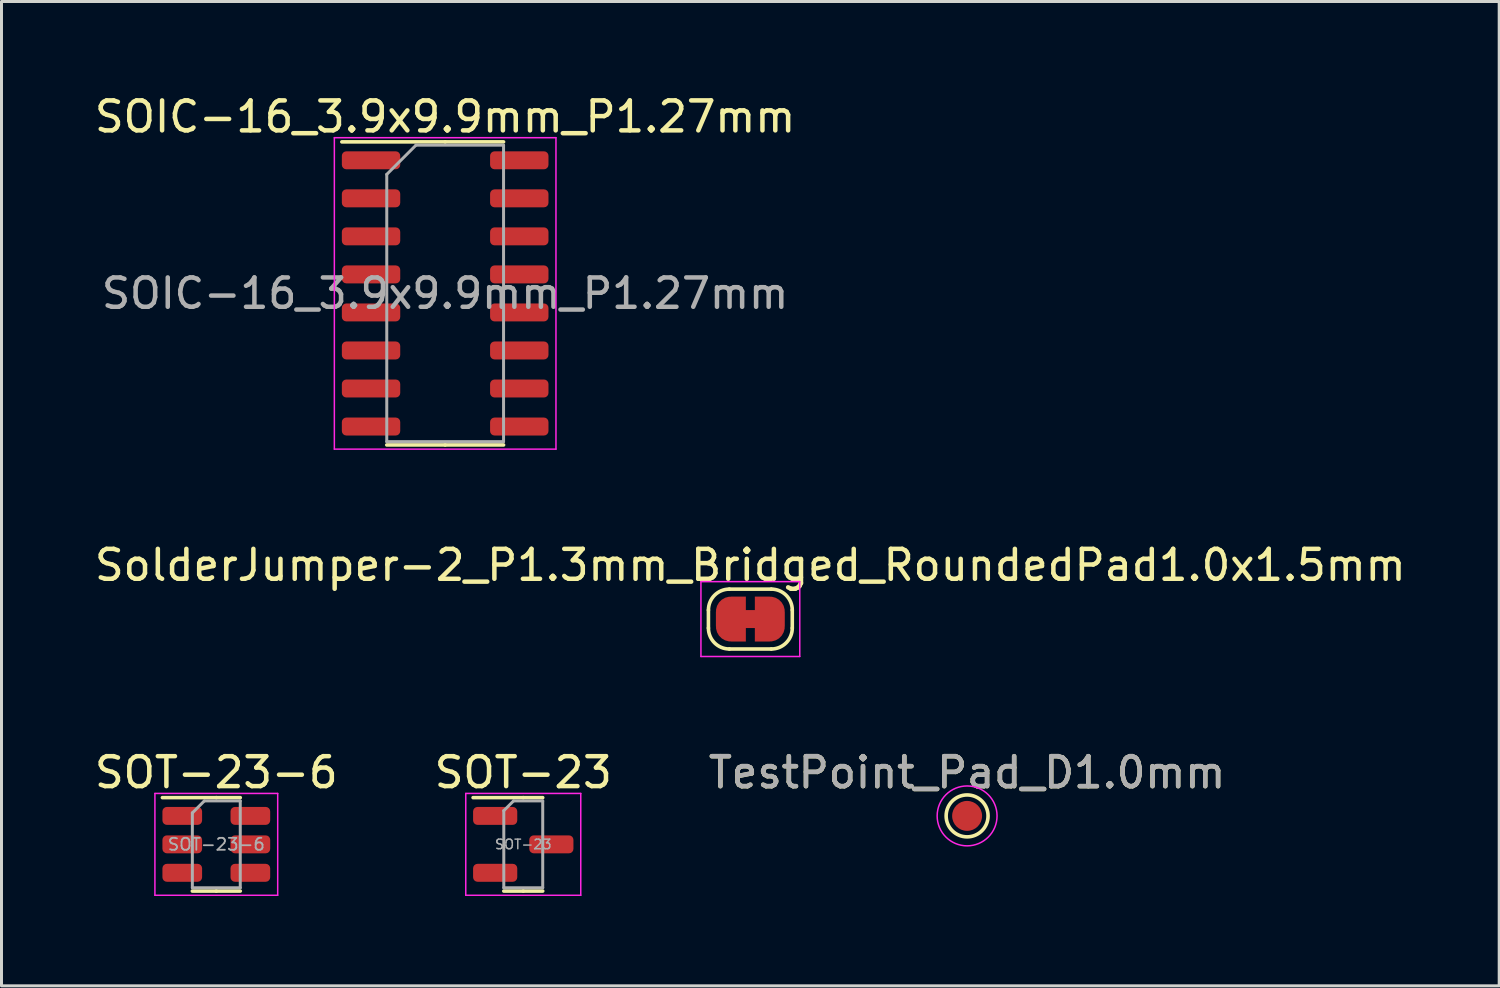
<source format=kicad_pcb>
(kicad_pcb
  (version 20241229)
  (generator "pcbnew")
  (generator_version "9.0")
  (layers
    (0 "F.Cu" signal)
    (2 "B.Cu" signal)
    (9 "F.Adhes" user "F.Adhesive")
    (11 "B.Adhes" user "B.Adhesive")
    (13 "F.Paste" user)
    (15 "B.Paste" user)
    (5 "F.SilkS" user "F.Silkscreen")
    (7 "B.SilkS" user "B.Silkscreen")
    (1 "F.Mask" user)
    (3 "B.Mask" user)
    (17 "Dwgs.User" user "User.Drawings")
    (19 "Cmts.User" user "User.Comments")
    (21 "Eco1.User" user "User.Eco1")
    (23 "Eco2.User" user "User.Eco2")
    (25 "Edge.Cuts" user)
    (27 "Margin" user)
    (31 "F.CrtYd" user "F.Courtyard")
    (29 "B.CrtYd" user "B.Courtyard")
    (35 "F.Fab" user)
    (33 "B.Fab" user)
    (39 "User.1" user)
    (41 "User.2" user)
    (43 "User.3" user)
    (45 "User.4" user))
  (footprint "SolderJumper-2_P1.3mm_Bridged_RoundedPad1.0x1.5mm"
    (layer "F.Cu")
    (at 22.006 17.622)
    (property "Reference" "SolderJumper-2_P1.3mm_Bridged_RoundedPad1.0x1.5mm" (at 0 -1.8 0) (layer "F.SilkS") (effects (font (size 1 1) (thickness 0.15))))
    (attr exclude_from_pos_files)
    (fp_poly (pts (xy 0.25 -0.3) (xy -0.25 -0.3) (xy -0.25 0.3) (xy 0.25 0.3)) (stroke (width 0) (type solid)) (fill yes) (layer "F.Cu"))
    (fp_line (start -1.4 0.3) (end -1.4 -0.3) (stroke (width 0.12) (type solid)) (layer "F.SilkS"))
    (fp_line (start -0.7 -1) (end 0.7 -1) (stroke (width 0.12) (type solid)) (layer "F.SilkS"))
    (fp_line (start 0.7 1) (end -0.7 1) (stroke (width 0.12) (type solid)) (layer "F.SilkS"))
    (fp_line (start 1.4 -0.3) (end 1.4 0.3) (stroke (width 0.12) (type solid)) (layer "F.SilkS"))
    (fp_arc (start -1.4 -0.3) (mid -1.194975 -0.794975) (end -0.7 -1) (stroke (width 0.12) (type solid)) (layer "F.SilkS"))
    (fp_arc (start -0.7 1) (mid -1.194975 0.794975) (end -1.4 0.3) (stroke (width 0.12) (type solid)) (layer "F.SilkS"))
    (fp_arc (start 0.7 -1) (mid 1.194975 -0.794975) (end 1.4 -0.3) (stroke (width 0.12) (type solid)) (layer "F.SilkS"))
    (fp_arc (start 1.4 0.3) (mid 1.194975 0.794975) (end 0.7 1) (stroke (width 0.12) (type solid)) (layer "F.SilkS"))
    (fp_line (start -1.65 -1.25) (end -1.65 1.25) (stroke (width 0.05) (type solid)) (layer "F.CrtYd"))
    (fp_line (start -1.65 -1.25) (end 1.65 -1.25) (stroke (width 0.05) (type solid)) (layer "F.CrtYd"))
    (fp_line (start 1.65 1.25) (end -1.65 1.25) (stroke (width 0.05) (type solid)) (layer "F.CrtYd"))
    (fp_line (start 1.65 1.25) (end 1.65 -1.25) (stroke (width 0.05) (type solid)) (layer "F.CrtYd"))
    (pad "1" smd custom (at -0.65 0) (size 1 0.5) (layers "F.Cu" "F.Mask") (options (anchor rect)) (primitives (gr_circle (center 0 0.25) (end 0.5 0.25) (width 0) (fill yes)) (gr_circle (center 0 -0.25) (end 0.5 -0.25) (width 0) (fill yes)) (gr_poly (pts (xy 0.5 0.75) (xy 0 0.75) (xy 0 -0.75) (xy 0.5 -0.75)) (width 0) (fill yes))))
    (pad "2" smd custom (at 0.65 0) (size 1 0.5) (layers "F.Cu" "F.Mask") (options (anchor rect)) (primitives (gr_circle (center 0 0.25) (end 0.5 0.25) (width 0) (fill yes)) (gr_circle (center 0 -0.25) (end 0.5 -0.25) (width 0) (fill yes)) (gr_poly (pts (xy 0 0.75) (xy -0.5 0.75) (xy -0.5 -0.75) (xy 0 -0.75)) (width 0) (fill yes)))))
  (footprint "SOT-23"
    (layer "F.Cu")
    (at 14.423 25.145)
    (property "Reference" "SOT-23" (at 0 -2.4 0) (layer "F.SilkS") (effects (font (size 1 1) (thickness 0.15))))
    (attr smd)
    (fp_line (start 0 -1.56) (end -1.675 -1.56) (stroke (width 0.12) (type solid)) (layer "F.SilkS"))
    (fp_line (start 0 -1.56) (end 0.65 -1.56) (stroke (width 0.12) (type solid)) (layer "F.SilkS"))
    (fp_line (start 0 1.56) (end -0.65 1.56) (stroke (width 0.12) (type solid)) (layer "F.SilkS"))
    (fp_line (start 0 1.56) (end 0.65 1.56) (stroke (width 0.12) (type solid)) (layer "F.SilkS"))
    (fp_line (start -1.92 -1.7) (end -1.92 1.7) (stroke (width 0.05) (type solid)) (layer "F.CrtYd"))
    (fp_line (start -1.92 1.7) (end 1.92 1.7) (stroke (width 0.05) (type solid)) (layer "F.CrtYd"))
    (fp_line (start 1.92 -1.7) (end -1.92 -1.7) (stroke (width 0.05) (type solid)) (layer "F.CrtYd"))
    (fp_line (start 1.92 1.7) (end 1.92 -1.7) (stroke (width 0.05) (type solid)) (layer "F.CrtYd"))
    (fp_line (start -0.65 -1.125) (end -0.325 -1.45) (stroke (width 0.1) (type solid)) (layer "F.Fab"))
    (fp_line (start -0.65 1.45) (end -0.65 -1.125) (stroke (width 0.1) (type solid)) (layer "F.Fab"))
    (fp_line (start -0.325 -1.45) (end 0.65 -1.45) (stroke (width 0.1) (type solid)) (layer "F.Fab"))
    (fp_line (start 0.65 -1.45) (end 0.65 1.45) (stroke (width 0.1) (type solid)) (layer "F.Fab"))
    (fp_line (start 0.65 1.45) (end -0.65 1.45) (stroke (width 0.1) (type solid)) (layer "F.Fab"))
    (fp_text user "${REFERENCE}" (at 0 0 0) (layer "F.Fab") (effects (font (size 0.32 0.32) (thickness 0.05))))
    (pad "1" smd roundrect (at -0.938 -0.95) (size 1.475 0.6) (layers "F.Cu" "F.Mask" "F.Paste") (roundrect_rratio 0.25))
    (pad "2" smd roundrect (at -0.938 0.95) (size 1.475 0.6) (layers "F.Cu" "F.Mask" "F.Paste") (roundrect_rratio 0.25))
    (pad "3" smd roundrect (at 0.938 0) (size 1.475 0.6) (layers "F.Cu" "F.Mask" "F.Paste") (roundrect_rratio 0.25)))
  (footprint "SOIC-16_3.9x9.9mm_P1.27mm"
    (layer "F.Cu")
    (at 11.815 6.748)
    (property "Reference" "SOIC-16_3.9x9.9mm_P1.27mm" (at 0 -5.9 0) (layer "F.SilkS") (effects (font (size 1 1) (thickness 0.15))))
    (attr smd)
    (fp_line (start 0 -5.06) (end -3.45 -5.06) (stroke (width 0.12) (type solid)) (layer "F.SilkS"))
    (fp_line (start 0 -5.06) (end 1.95 -5.06) (stroke (width 0.12) (type solid)) (layer "F.SilkS"))
    (fp_line (start 0 5.06) (end -1.95 5.06) (stroke (width 0.12) (type solid)) (layer "F.SilkS"))
    (fp_line (start 0 5.06) (end 1.95 5.06) (stroke (width 0.12) (type solid)) (layer "F.SilkS"))
    (fp_line (start -3.7 -5.2) (end -3.7 5.2) (stroke (width 0.05) (type solid)) (layer "F.CrtYd"))
    (fp_line (start -3.7 5.2) (end 3.7 5.2) (stroke (width 0.05) (type solid)) (layer "F.CrtYd"))
    (fp_line (start 3.7 -5.2) (end -3.7 -5.2) (stroke (width 0.05) (type solid)) (layer "F.CrtYd"))
    (fp_line (start 3.7 5.2) (end 3.7 -5.2) (stroke (width 0.05) (type solid)) (layer "F.CrtYd"))
    (fp_line (start -1.95 -3.975) (end -0.975 -4.95) (stroke (width 0.1) (type solid)) (layer "F.Fab"))
    (fp_line (start -1.95 4.95) (end -1.95 -3.975) (stroke (width 0.1) (type solid)) (layer "F.Fab"))
    (fp_line (start -0.975 -4.95) (end 1.95 -4.95) (stroke (width 0.1) (type solid)) (layer "F.Fab"))
    (fp_line (start 1.95 -4.95) (end 1.95 4.95) (stroke (width 0.1) (type solid)) (layer "F.Fab"))
    (fp_line (start 1.95 4.95) (end -1.95 4.95) (stroke (width 0.1) (type solid)) (layer "F.Fab"))
    (fp_text user "${REFERENCE}" (at 0 0 0) (layer "F.Fab") (effects (font (size 0.98 0.98) (thickness 0.15))))
    (pad "1" smd roundrect (at -2.475 -4.445) (size 1.95 0.6) (layers "F.Cu" "F.Mask" "F.Paste") (roundrect_rratio 0.25))
    (pad "2" smd roundrect (at -2.475 -3.175) (size 1.95 0.6) (layers "F.Cu" "F.Mask" "F.Paste") (roundrect_rratio 0.25))
    (pad "3" smd roundrect (at -2.475 -1.905) (size 1.95 0.6) (layers "F.Cu" "F.Mask" "F.Paste") (roundrect_rratio 0.25))
    (pad "4" smd roundrect (at -2.475 -0.635) (size 1.95 0.6) (layers "F.Cu" "F.Mask" "F.Paste") (roundrect_rratio 0.25))
    (pad "5" smd roundrect (at -2.475 0.635) (size 1.95 0.6) (layers "F.Cu" "F.Mask" "F.Paste") (roundrect_rratio 0.25))
    (pad "6" smd roundrect (at -2.475 1.905) (size 1.95 0.6) (layers "F.Cu" "F.Mask" "F.Paste") (roundrect_rratio 0.25))
    (pad "7" smd roundrect (at -2.475 3.175) (size 1.95 0.6) (layers "F.Cu" "F.Mask" "F.Paste") (roundrect_rratio 0.25))
    (pad "8" smd roundrect (at -2.475 4.445) (size 1.95 0.6) (layers "F.Cu" "F.Mask" "F.Paste") (roundrect_rratio 0.25))
    (pad "9" smd roundrect (at 2.475 4.445) (size 1.95 0.6) (layers "F.Cu" "F.Mask" "F.Paste") (roundrect_rratio 0.25))
    (pad "10" smd roundrect (at 2.475 3.175) (size 1.95 0.6) (layers "F.Cu" "F.Mask" "F.Paste") (roundrect_rratio 0.25))
    (pad "11" smd roundrect (at 2.475 1.905) (size 1.95 0.6) (layers "F.Cu" "F.Mask" "F.Paste") (roundrect_rratio 0.25))
    (pad "12" smd roundrect (at 2.475 0.635) (size 1.95 0.6) (layers "F.Cu" "F.Mask" "F.Paste") (roundrect_rratio 0.25))
    (pad "13" smd roundrect (at 2.475 -0.635) (size 1.95 0.6) (layers "F.Cu" "F.Mask" "F.Paste") (roundrect_rratio 0.25))
    (pad "14" smd roundrect (at 2.475 -1.905) (size 1.95 0.6) (layers "F.Cu" "F.Mask" "F.Paste") (roundrect_rratio 0.25))
    (pad "15" smd roundrect (at 2.475 -3.175) (size 1.95 0.6) (layers "F.Cu" "F.Mask" "F.Paste") (roundrect_rratio 0.25))
    (pad "16" smd roundrect (at 2.475 -4.445) (size 1.95 0.6) (layers "F.Cu" "F.Mask" "F.Paste") (roundrect_rratio 0.25)))
  (footprint "SOT-23-6"
    (layer "F.Cu")
    (at 4.173 25.145)
    (property "Reference" "SOT-23-6" (at 0 -2.4 0) (layer "F.SilkS") (effects (font (size 1 1) (thickness 0.15))))
    (attr smd)
    (fp_line (start 0 -1.56) (end -1.8 -1.56) (stroke (width 0.12) (type solid)) (layer "F.SilkS"))
    (fp_line (start 0 -1.56) (end 0.8 -1.56) (stroke (width 0.12) (type solid)) (layer "F.SilkS"))
    (fp_line (start 0 1.56) (end -0.8 1.56) (stroke (width 0.12) (type solid)) (layer "F.SilkS"))
    (fp_line (start 0 1.56) (end 0.8 1.56) (stroke (width 0.12) (type solid)) (layer "F.SilkS"))
    (fp_line (start -2.05 -1.7) (end -2.05 1.7) (stroke (width 0.05) (type solid)) (layer "F.CrtYd"))
    (fp_line (start -2.05 1.7) (end 2.05 1.7) (stroke (width 0.05) (type solid)) (layer "F.CrtYd"))
    (fp_line (start 2.05 -1.7) (end -2.05 -1.7) (stroke (width 0.05) (type solid)) (layer "F.CrtYd"))
    (fp_line (start 2.05 1.7) (end 2.05 -1.7) (stroke (width 0.05) (type solid)) (layer "F.CrtYd"))
    (fp_line (start -0.8 -1.05) (end -0.4 -1.45) (stroke (width 0.1) (type solid)) (layer "F.Fab"))
    (fp_line (start -0.8 1.45) (end -0.8 -1.05) (stroke (width 0.1) (type solid)) (layer "F.Fab"))
    (fp_line (start -0.4 -1.45) (end 0.8 -1.45) (stroke (width 0.1) (type solid)) (layer "F.Fab"))
    (fp_line (start 0.8 -1.45) (end 0.8 1.45) (stroke (width 0.1) (type solid)) (layer "F.Fab"))
    (fp_line (start 0.8 1.45) (end -0.8 1.45) (stroke (width 0.1) (type solid)) (layer "F.Fab"))
    (fp_text user "${REFERENCE}" (at 0 0 0) (layer "F.Fab") (effects (font (size 0.4 0.4) (thickness 0.06))))
    (pad "1" smd roundrect (at -1.137 -0.95) (size 1.325 0.6) (layers "F.Cu" "F.Mask" "F.Paste") (roundrect_rratio 0.25))
    (pad "2" smd roundrect (at -1.137 0) (size 1.325 0.6) (layers "F.Cu" "F.Mask" "F.Paste") (roundrect_rratio 0.25))
    (pad "3" smd roundrect (at -1.137 0.95) (size 1.325 0.6) (layers "F.Cu" "F.Mask" "F.Paste") (roundrect_rratio 0.25))
    (pad "4" smd roundrect (at 1.137 0.95) (size 1.325 0.6) (layers "F.Cu" "F.Mask" "F.Paste") (roundrect_rratio 0.25))
    (pad "5" smd roundrect (at 1.137 0) (size 1.325 0.6) (layers "F.Cu" "F.Mask" "F.Paste") (roundrect_rratio 0.25))
    (pad "6" smd roundrect (at 1.137 -0.95) (size 1.325 0.6) (layers "F.Cu" "F.Mask" "F.Paste") (roundrect_rratio 0.25)))
  (footprint "TestPoint_Pad_D1.0mm"
    (layer "F.Cu")
    (at 29.244 24.195)
    (property "Reference" "TestPoint_Pad_D1.0mm" (at 0 -1.448 0) (layer "F.SilkS") (effects (font (size 1 1) (thickness 0.15))))
    (attr exclude_from_pos_files)
    (fp_circle (center 0 0) (end 0 0.7) (stroke (width 0.12) (type solid)) (fill no) (layer "F.SilkS"))
    (fp_circle (center 0 0) (end 1 0) (stroke (width 0.05) (type solid)) (fill no) (layer "F.CrtYd"))
    (fp_text user "${REFERENCE}" (at 0 -1.45 0) (layer "F.Fab") (effects (font (size 1 1) (thickness 0.15))))
    (pad "1" smd circle (at 0 0) (size 1 1) (layers "F.Cu" "F.Mask")))
  (gr_rect
    (start -3 -3)
    (end 47.012 29.87)
    (stroke (width 0.1) (type default))
    (fill no)
    (layer "Edge.Cuts")))
</source>
